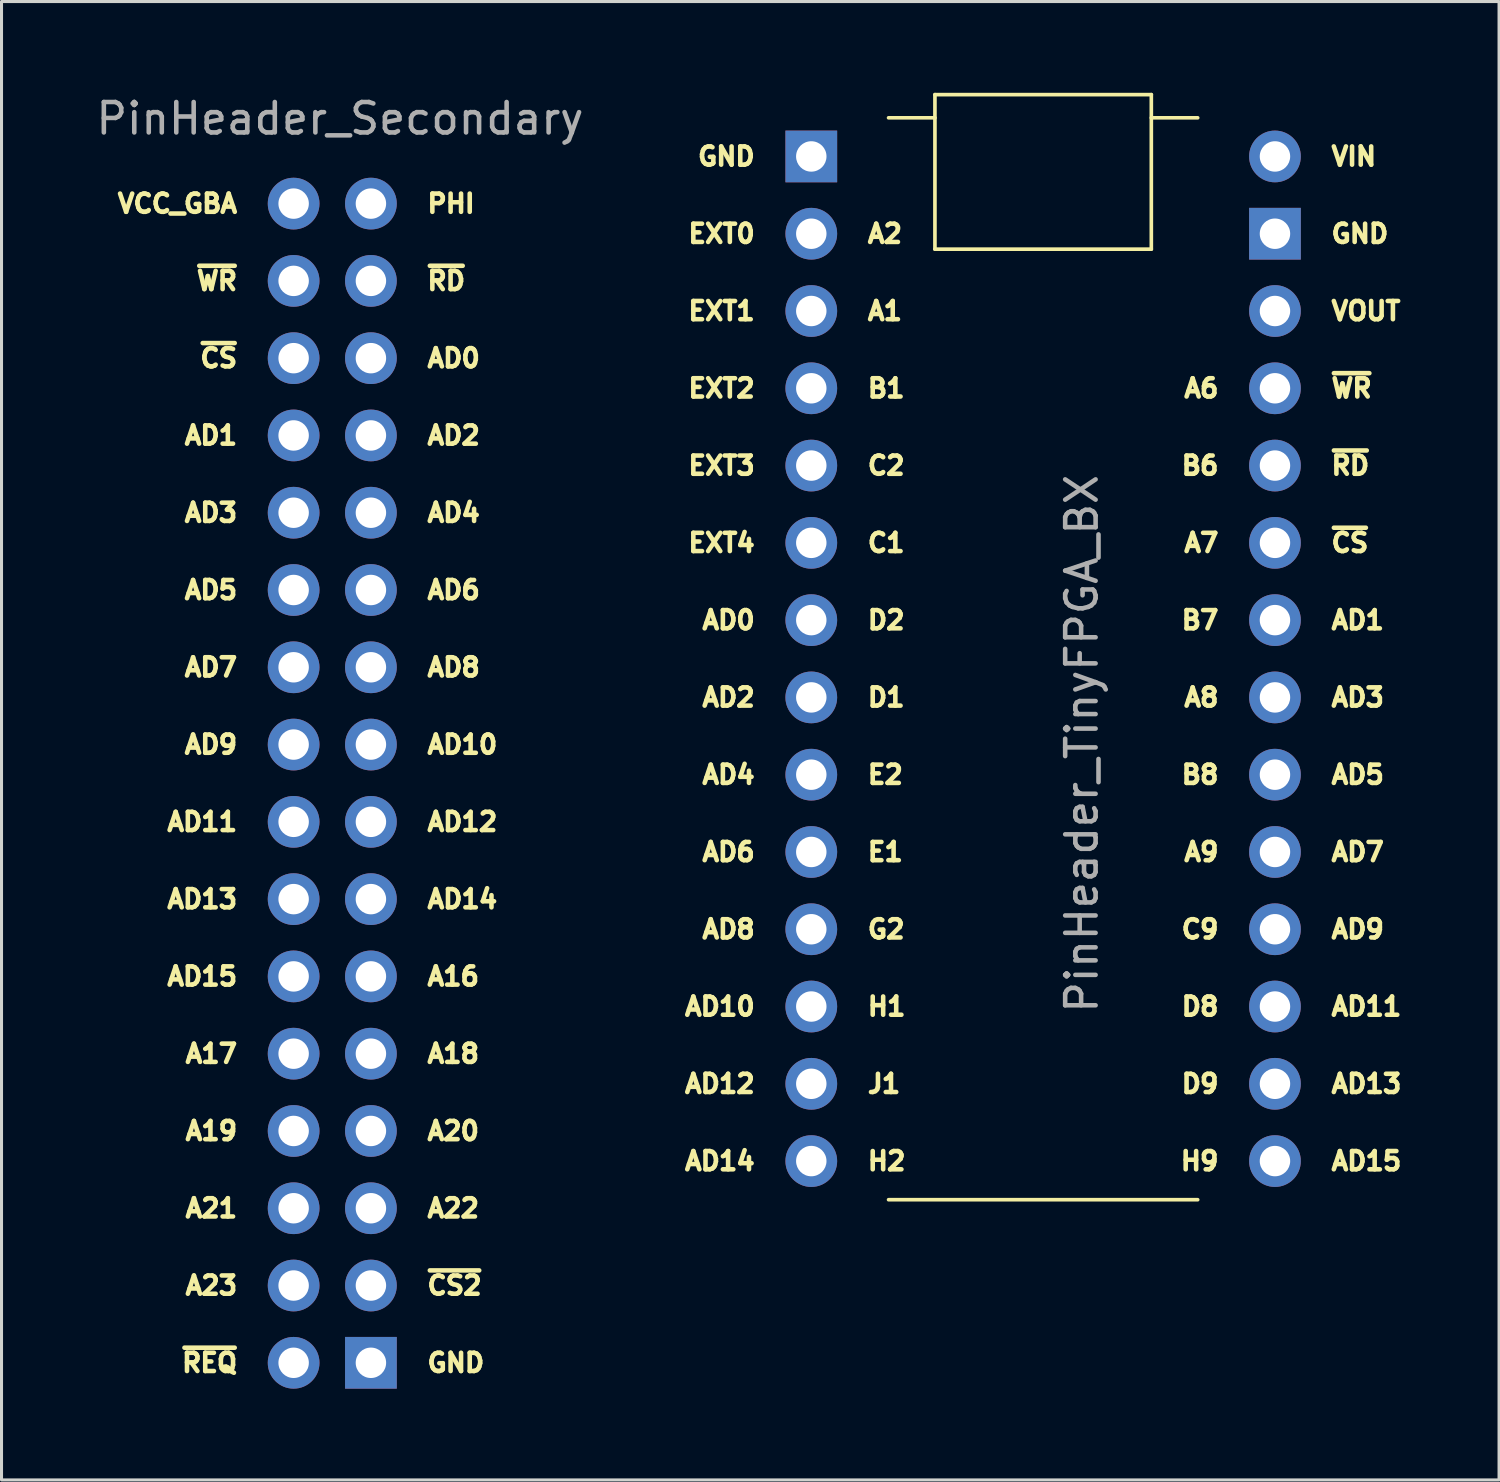
<source format=kicad_pcb>
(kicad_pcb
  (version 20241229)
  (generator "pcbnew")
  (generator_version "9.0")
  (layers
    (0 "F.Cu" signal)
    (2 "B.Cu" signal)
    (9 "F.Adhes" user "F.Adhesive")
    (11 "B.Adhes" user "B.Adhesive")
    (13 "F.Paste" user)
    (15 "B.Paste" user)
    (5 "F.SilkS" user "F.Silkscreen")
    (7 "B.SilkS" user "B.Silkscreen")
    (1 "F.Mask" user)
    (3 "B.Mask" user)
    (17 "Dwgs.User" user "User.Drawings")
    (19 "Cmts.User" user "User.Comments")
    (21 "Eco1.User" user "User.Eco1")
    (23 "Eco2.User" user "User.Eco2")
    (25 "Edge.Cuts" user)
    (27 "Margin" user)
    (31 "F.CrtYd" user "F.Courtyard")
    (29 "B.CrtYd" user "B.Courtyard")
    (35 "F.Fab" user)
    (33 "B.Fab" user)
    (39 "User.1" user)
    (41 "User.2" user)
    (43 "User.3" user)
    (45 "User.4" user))
  (footprint "PinHeader_Secondary"
    (layer "F.Cu")
    (at 6.601 3.642)
    (property "Reference" "PinHeader_Secondary" (at 1.524 -2.794 0) (layer "F.Fab") (effects (font (size 1 1) (thickness 0.15))))
    (attr through_hole)
    (fp_text user "~{WR}" (at -1.778 2.54 0) (layer "F.SilkS") (effects (font (size 0.6 0.6) (thickness 0.15)) (justify right)))
    (fp_text user "AD14" (at 4.318 22.86 0) (layer "F.SilkS") (effects (font (size 0.6 0.6) (thickness 0.15)) (justify left)))
    (fp_text user "AD3" (at -1.778 10.16 0) (layer "F.SilkS") (effects (font (size 0.6 0.6) (thickness 0.15)) (justify right)))
    (fp_text user "A23" (at -1.778 35.56 0) (layer "F.SilkS") (effects (font (size 0.6 0.6) (thickness 0.15)) (justify right)))
    (fp_text user "AD9" (at -1.778 17.78 0) (layer "F.SilkS") (effects (font (size 0.6 0.6) (thickness 0.15)) (justify right)))
    (fp_text user "~{REQ}" (at -1.778 38.1 0) (layer "F.SilkS") (effects (font (size 0.6 0.6) (thickness 0.15)) (justify right)))
    (fp_text user "AD10" (at 4.318 17.78 0) (layer "F.SilkS") (effects (font (size 0.6 0.6) (thickness 0.15)) (justify left)))
    (fp_text user "A16" (at 4.318 25.4 0) (layer "F.SilkS") (effects (font (size 0.6 0.6) (thickness 0.15)) (justify left)))
    (fp_text user "~{CS2}" (at 4.318 35.56 0) (layer "F.SilkS") (effects (font (size 0.6 0.6) (thickness 0.15)) (justify left)))
    (fp_text user "A21" (at -1.778 33.02 0) (layer "F.SilkS") (effects (font (size 0.6 0.6) (thickness 0.15)) (justify right)))
    (fp_text user "AD6" (at 4.318 12.7 0) (layer "F.SilkS") (effects (font (size 0.6 0.6) (thickness 0.15)) (justify left)))
    (fp_text user "AD0" (at 4.318 5.08 0) (layer "F.SilkS") (effects (font (size 0.6 0.6) (thickness 0.15)) (justify left)))
    (fp_text user "VCC_GBA" (at -1.778 0 0) (layer "F.SilkS") (effects (font (size 0.6 0.6) (thickness 0.15)) (justify right)))
    (fp_text user "~{RD}" (at 4.318 2.54 0) (layer "F.SilkS") (effects (font (size 0.6 0.6) (thickness 0.15)) (justify left)))
    (fp_text user "AD12" (at 4.318 20.32 0) (layer "F.SilkS") (effects (font (size 0.6 0.6) (thickness 0.15)) (justify left)))
    (fp_text user "AD1" (at -1.778 7.62 0) (layer "F.SilkS") (effects (font (size 0.6 0.6) (thickness 0.15)) (justify right)))
    (fp_text user "AD4" (at 4.318 10.16 0) (layer "F.SilkS") (effects (font (size 0.6 0.6) (thickness 0.15)) (justify left)))
    (fp_text user "~{CS}" (at -1.778 5.08 0) (layer "F.SilkS") (effects (font (size 0.6 0.6) (thickness 0.15)) (justify right)))
    (fp_text user "AD15" (at -1.778 25.4 0) (layer "F.SilkS") (effects (font (size 0.6 0.6) (thickness 0.15)) (justify right)))
    (fp_text user "AD13" (at -1.778 22.86 0) (layer "F.SilkS") (effects (font (size 0.6 0.6) (thickness 0.15)) (justify right)))
    (fp_text user "A19" (at -1.778 30.48 0) (layer "F.SilkS") (effects (font (size 0.6 0.6) (thickness 0.15)) (justify right)))
    (fp_text user "GND" (at 4.318 38.1 0) (layer "F.SilkS") (effects (font (size 0.6 0.6) (thickness 0.15)) (justify left)))
    (fp_text user "A20" (at 4.318 30.48 0) (layer "F.SilkS") (effects (font (size 0.6 0.6) (thickness 0.15)) (justify left)))
    (fp_text user "AD11" (at -1.778 20.32 0) (layer "F.SilkS") (effects (font (size 0.6 0.6) (thickness 0.15)) (justify right)))
    (fp_text user "AD5" (at -1.778 12.7 0) (layer "F.SilkS") (effects (font (size 0.6 0.6) (thickness 0.15)) (justify right)))
    (fp_text user "AD7" (at -1.778 15.24 0) (layer "F.SilkS") (effects (font (size 0.6 0.6) (thickness 0.15)) (justify right)))
    (fp_text user "AD8" (at 4.318 15.24 0) (layer "F.SilkS") (effects (font (size 0.6 0.6) (thickness 0.15)) (justify left)))
    (fp_text user "A18" (at 4.318 27.94 0) (layer "F.SilkS") (effects (font (size 0.6 0.6) (thickness 0.15)) (justify left)))
    (fp_text user "PHI" (at 4.318 0 0) (layer "F.SilkS") (effects (font (size 0.6 0.6) (thickness 0.15)) (justify left)))
    (fp_text user "A17" (at -1.778 27.94 0) (layer "F.SilkS") (effects (font (size 0.6 0.6) (thickness 0.15)) (justify right)))
    (fp_text user "AD2" (at 4.318 7.62 0) (layer "F.SilkS") (effects (font (size 0.6 0.6) (thickness 0.15)) (justify left)))
    (fp_text user "A22" (at 4.318 33.02 0) (layer "F.SilkS") (effects (font (size 0.6 0.6) (thickness 0.15)) (justify left)))
    (pad "1" thru_hole circle (at 0 0) (size 1.7 1.7) (drill 1) (layers "*.Cu" "*.Mask"))
    (pad "2" thru_hole oval (at 0 2.54) (size 1.7 1.7) (drill 1) (layers "*.Cu" "*.Mask"))
    (pad "3" thru_hole oval (at 0 5.08) (size 1.7 1.7) (drill 1) (layers "*.Cu" "*.Mask"))
    (pad "4" thru_hole oval (at 0 7.62) (size 1.7 1.7) (drill 1) (layers "*.Cu" "*.Mask"))
    (pad "5" thru_hole oval (at 0 10.16) (size 1.7 1.7) (drill 1) (layers "*.Cu" "*.Mask"))
    (pad "6" thru_hole circle (at 0 12.7) (size 1.7 1.7) (drill 1) (layers "*.Cu" "*.Mask"))
    (pad "7" thru_hole circle (at 0 15.24) (size 1.7 1.7) (drill 1) (layers "*.Cu" "*.Mask"))
    (pad "8" thru_hole oval (at 0 17.78) (size 1.7 1.7) (drill 1) (layers "*.Cu" "*.Mask"))
    (pad "9" thru_hole oval (at 0 20.32) (size 1.7 1.7) (drill 1) (layers "*.Cu" "*.Mask"))
    (pad "10" thru_hole oval (at 0 22.86) (size 1.7 1.7) (drill 1) (layers "*.Cu" "*.Mask"))
    (pad "11" thru_hole oval (at 0 25.4) (size 1.7 1.7) (drill 1) (layers "*.Cu" "*.Mask"))
    (pad "12" thru_hole circle (at 0 27.94) (size 1.7 1.7) (drill 1) (layers "*.Cu" "*.Mask"))
    (pad "13" thru_hole circle (at 0 30.48) (size 1.7 1.7) (drill 1) (layers "*.Cu" "*.Mask"))
    (pad "14" thru_hole oval (at 0 33.02) (size 1.7 1.7) (drill 1) (layers "*.Cu" "*.Mask"))
    (pad "15" thru_hole oval (at 0 35.56) (size 1.7 1.7) (drill 1) (layers "*.Cu" "*.Mask"))
    (pad "16" thru_hole oval (at 0 38.1) (size 1.7 1.7) (drill 1) (layers "*.Cu" "*.Mask"))
    (pad "17" thru_hole circle (at 2.54 0) (size 1.7 1.7) (drill 1) (layers "*.Cu" "*.Mask"))
    (pad "18" thru_hole circle (at 2.54 2.54) (size 1.7 1.7) (drill 1) (layers "*.Cu" "*.Mask"))
    (pad "19" thru_hole oval (at 2.54 5.08) (size 1.7 1.7) (drill 1) (layers "*.Cu" "*.Mask"))
    (pad "20" thru_hole oval (at 2.54 7.62) (size 1.7 1.7) (drill 1) (layers "*.Cu" "*.Mask"))
    (pad "21" thru_hole oval (at 2.54 10.16) (size 1.7 1.7) (drill 1) (layers "*.Cu" "*.Mask"))
    (pad "22" thru_hole circle (at 2.54 12.7) (size 1.7 1.7) (drill 1) (layers "*.Cu" "*.Mask"))
    (pad "23" thru_hole oval (at 2.54 15.24) (size 1.7 1.7) (drill 1) (layers "*.Cu" "*.Mask"))
    (pad "24" thru_hole oval (at 2.54 17.78) (size 1.7 1.7) (drill 1) (layers "*.Cu" "*.Mask"))
    (pad "25" thru_hole oval (at 2.54 20.32) (size 1.7 1.7) (drill 1) (layers "*.Cu" "*.Mask"))
    (pad "26" thru_hole circle (at 2.54 22.86) (size 1.7 1.7) (drill 1) (layers "*.Cu" "*.Mask"))
    (pad "27" thru_hole oval (at 2.54 25.4) (size 1.7 1.7) (drill 1) (layers "*.Cu" "*.Mask"))
    (pad "28" thru_hole oval (at 2.54 27.94) (size 1.7 1.7) (drill 1) (layers "*.Cu" "*.Mask"))
    (pad "29" thru_hole oval (at 2.54 30.48) (size 1.7 1.7) (drill 1) (layers "*.Cu" "*.Mask"))
    (pad "30" thru_hole circle (at 2.54 33.02) (size 1.7 1.7) (drill 1) (layers "*.Cu" "*.Mask"))
    (pad "31" thru_hole oval (at 2.54 35.56) (size 1.7 1.7) (drill 1) (layers "*.Cu" "*.Mask"))
    (pad "32" thru_hole rect (at 2.54 38.1) (size 1.7 1.7) (drill 1) (layers "*.Cu" "*.Mask")))
  (footprint "PinHeader_TinyFPGA_BX"
    (layer "F.Cu")
    (at 23.615 2.092)
    (property "Reference" "PinHeader_TinyFPGA_BX" (at 8.89 19.304 90) (layer "F.Fab") (effects (font (size 1 1) (thickness 0.15))))
    (attr through_hole)
    (fp_line (start 2.54 -1.27) (end 4.064 -1.27) (stroke (width 0.12) (type solid)) (layer "F.SilkS"))
    (fp_line (start 2.54 34.29) (end 12.7 34.29) (stroke (width 0.12) (type solid)) (layer "F.SilkS"))
    (fp_line (start 4.064 -2.032) (end 4.064 3.048) (stroke (width 0.12) (type solid)) (layer "F.SilkS"))
    (fp_line (start 4.064 3.048) (end 11.176 3.048) (stroke (width 0.12) (type solid)) (layer "F.SilkS"))
    (fp_line (start 11.176 -2.032) (end 4.064 -2.032) (stroke (width 0.12) (type solid)) (layer "F.SilkS"))
    (fp_line (start 11.176 -2.032) (end 11.176 3.048) (stroke (width 0.12) (type solid)) (layer "F.SilkS"))
    (fp_line (start 12.7 -1.27) (end 11.176 -1.27) (stroke (width 0.12) (type solid)) (layer "F.SilkS"))
    (fp_text user "E1" (at 1.778 22.86 0) (layer "F.SilkS") (effects (font (size 0.6 0.6) (thickness 0.15)) (justify left)))
    (fp_text user "AD1" (at 17.018 15.24 0) (layer "F.SilkS") (effects (font (size 0.6 0.6) (thickness 0.15)) (justify left)))
    (fp_text user "AD4" (at -1.778 20.32 0) (layer "F.SilkS") (effects (font (size 0.6 0.6) (thickness 0.15)) (justify right)))
    (fp_text user "EXT0" (at -1.778 2.54 0) (layer "F.SilkS") (effects (font (size 0.6 0.6) (thickness 0.15)) (justify right)))
    (fp_text user "B8" (at 13.462 20.32 0) (layer "F.SilkS") (effects (font (size 0.6 0.6) (thickness 0.15)) (justify right)))
    (fp_text user "D2" (at 1.778 15.24 0) (layer "F.SilkS") (effects (font (size 0.6 0.6) (thickness 0.15)) (justify left)))
    (fp_text user "C2" (at 1.778 10.16 0) (layer "F.SilkS") (effects (font (size 0.6 0.6) (thickness 0.15)) (justify left)))
    (fp_text user "A9" (at 13.462 22.86 0) (layer "F.SilkS") (effects (font (size 0.6 0.6) (thickness 0.15)) (justify right)))
    (fp_text user "AD12" (at -1.778 30.48 0) (layer "F.SilkS") (effects (font (size 0.6 0.6) (thickness 0.15)) (justify right)))
    (fp_text user "A1" (at 1.778 5.08 0) (layer "F.SilkS") (effects (font (size 0.6 0.6) (thickness 0.15)) (justify left)))
    (fp_text user "AD0" (at -1.778 15.24 0) (layer "F.SilkS") (effects (font (size 0.6 0.6) (thickness 0.15)) (justify right)))
    (fp_text user "A7" (at 13.462 12.7 0) (layer "F.SilkS") (effects (font (size 0.6 0.6) (thickness 0.15)) (justify right)))
    (fp_text user "B1" (at 1.778 7.62 0) (layer "F.SilkS") (effects (font (size 0.6 0.6) (thickness 0.15)) (justify left)))
    (fp_text user "A2" (at 1.778 2.54 0) (layer "F.SilkS") (effects (font (size 0.6 0.6) (thickness 0.15)) (justify left)))
    (fp_text user "VOUT" (at 17.018 5.08 0) (layer "F.SilkS") (effects (font (size 0.6 0.6) (thickness 0.15)) (justify left)))
    (fp_text user "G2" (at 1.778 25.4 0) (layer "F.SilkS") (effects (font (size 0.6 0.6) (thickness 0.15)) (justify left)))
    (fp_text user "AD5" (at 17.018 20.32 0) (layer "F.SilkS") (effects (font (size 0.6 0.6) (thickness 0.15)) (justify left)))
    (fp_text user "~{WR}" (at 17.018 7.62 0) (layer "F.SilkS") (effects (font (size 0.6 0.6) (thickness 0.15)) (justify left)))
    (fp_text user "AD15" (at 17.018 33.02 0) (layer "F.SilkS") (effects (font (size 0.6 0.6) (thickness 0.15)) (justify left)))
    (fp_text user "EXT1" (at -1.778 5.08 0) (layer "F.SilkS") (effects (font (size 0.6 0.6) (thickness 0.15)) (justify right)))
    (fp_text user "H2" (at 1.778 33.02 0) (layer "F.SilkS") (effects (font (size 0.6 0.6) (thickness 0.15)) (justify left)))
    (fp_text user "~{RD}" (at 17.018 10.16 0) (layer "F.SilkS") (effects (font (size 0.6 0.6) (thickness 0.15)) (justify left)))
    (fp_text user "EXT3" (at -1.778 10.16 0) (layer "F.SilkS") (effects (font (size 0.6 0.6) (thickness 0.15)) (justify right)))
    (fp_text user "AD11" (at 17.018 27.94 0) (layer "F.SilkS") (effects (font (size 0.6 0.6) (thickness 0.15)) (justify left)))
    (fp_text user "A8" (at 13.462 17.78 0) (layer "F.SilkS") (effects (font (size 0.6 0.6) (thickness 0.15)) (justify right)))
    (fp_text user "C1" (at 1.778 12.7 0) (layer "F.SilkS") (effects (font (size 0.6 0.6) (thickness 0.15)) (justify left)))
    (fp_text user "AD3" (at 17.018 17.78 0) (layer "F.SilkS") (effects (font (size 0.6 0.6) (thickness 0.15)) (justify left)))
    (fp_text user "AD13" (at 17.018 30.48 0) (layer "F.SilkS") (effects (font (size 0.6 0.6) (thickness 0.15)) (justify left)))
    (fp_text user "C9" (at 13.462 25.4 0) (layer "F.SilkS") (effects (font (size 0.6 0.6) (thickness 0.15)) (justify right)))
    (fp_text user "AD2" (at -1.778 17.78 0) (layer "F.SilkS") (effects (font (size 0.6 0.6) (thickness 0.15)) (justify right)))
    (fp_text user "VIN" (at 17.018 0 0) (layer "F.SilkS") (effects (font (size 0.6 0.6) (thickness 0.15)) (justify left)))
    (fp_text user "E2" (at 1.778 20.32 0) (layer "F.SilkS") (effects (font (size 0.6 0.6) (thickness 0.15)) (justify left)))
    (fp_text user "~{CS}" (at 17.018 12.7 0) (layer "F.SilkS") (effects (font (size 0.6 0.6) (thickness 0.15)) (justify left)))
    (fp_text user "AD9" (at 17.018 25.4 0) (layer "F.SilkS") (effects (font (size 0.6 0.6) (thickness 0.15)) (justify left)))
    (fp_text user "D9" (at 13.462 30.48 0) (layer "F.SilkS") (effects (font (size 0.6 0.6) (thickness 0.15)) (justify right)))
    (fp_text user "EXT4" (at -1.778 12.7 0) (layer "F.SilkS") (effects (font (size 0.6 0.6) (thickness 0.15)) (justify right)))
    (fp_text user "D8" (at 13.462 27.94 0) (layer "F.SilkS") (effects (font (size 0.6 0.6) (thickness 0.15)) (justify right)))
    (fp_text user "GND" (at 17.018 2.54 0) (layer "F.SilkS") (effects (font (size 0.6 0.6) (thickness 0.15)) (justify left)))
    (fp_text user "J1" (at 1.778 30.48 0) (layer "F.SilkS") (effects (font (size 0.6 0.6) (thickness 0.15)) (justify left)))
    (fp_text user "GND" (at -1.778 0 0) (layer "F.SilkS") (effects (font (size 0.6 0.6) (thickness 0.15)) (justify right)))
    (fp_text user "B7" (at 13.462 15.24 0) (layer "F.SilkS") (effects (font (size 0.6 0.6) (thickness 0.15)) (justify right)))
    (fp_text user "D1" (at 1.778 17.78 0) (layer "F.SilkS") (effects (font (size 0.6 0.6) (thickness 0.15)) (justify left)))
    (fp_text user "AD14" (at -1.778 33.02 0) (layer "F.SilkS") (effects (font (size 0.6 0.6) (thickness 0.15)) (justify right)))
    (fp_text user "H1" (at 1.778 27.94 0) (layer "F.SilkS") (effects (font (size 0.6 0.6) (thickness 0.15)) (justify left)))
    (fp_text user "B6" (at 13.462 10.16 0) (layer "F.SilkS") (effects (font (size 0.6 0.6) (thickness 0.15)) (justify right)))
    (fp_text user "H9" (at 13.462 33.02 0) (layer "F.SilkS") (effects (font (size 0.6 0.6) (thickness 0.15)) (justify right)))
    (fp_text user "AD6" (at -1.778 22.86 0) (layer "F.SilkS") (effects (font (size 0.6 0.6) (thickness 0.15)) (justify right)))
    (fp_text user "EXT2" (at -1.778 7.62 0) (layer "F.SilkS") (effects (font (size 0.6 0.6) (thickness 0.15)) (justify right)))
    (fp_text user "AD7" (at 17.018 22.86 0) (layer "F.SilkS") (effects (font (size 0.6 0.6) (thickness 0.15)) (justify left)))
    (fp_text user "AD8" (at -1.778 25.4 0) (layer "F.SilkS") (effects (font (size 0.6 0.6) (thickness 0.15)) (justify right)))
    (fp_text user "A6" (at 13.462 7.62 0) (layer "F.SilkS") (effects (font (size 0.6 0.6) (thickness 0.15)) (justify right)))
    (fp_text user "AD10" (at -1.778 27.94 0) (layer "F.SilkS") (effects (font (size 0.6 0.6) (thickness 0.15)) (justify right)))
    (pad "1" thru_hole rect (at 0 0) (size 1.7 1.7) (drill 1) (layers "*.Cu" "*.Mask"))
    (pad "2" thru_hole oval (at 0 2.54) (size 1.7 1.7) (drill 1) (layers "*.Cu" "*.Mask"))
    (pad "3" thru_hole oval (at 0 5.08) (size 1.7 1.7) (drill 1) (layers "*.Cu" "*.Mask"))
    (pad "4" thru_hole oval (at 0 7.62) (size 1.7 1.7) (drill 1) (layers "*.Cu" "*.Mask"))
    (pad "5" thru_hole oval (at 0 10.16) (size 1.7 1.7) (drill 1) (layers "*.Cu" "*.Mask"))
    (pad "6" thru_hole circle (at 0 12.7) (size 1.7 1.7) (drill 1) (layers "*.Cu" "*.Mask"))
    (pad "7" thru_hole circle (at 0 15.24) (size 1.7 1.7) (drill 1) (layers "*.Cu" "*.Mask"))
    (pad "8" thru_hole oval (at 0 17.78) (size 1.7 1.7) (drill 1) (layers "*.Cu" "*.Mask"))
    (pad "9" thru_hole oval (at 0 20.32) (size 1.7 1.7) (drill 1) (layers "*.Cu" "*.Mask"))
    (pad "10" thru_hole oval (at 0 22.86) (size 1.7 1.7) (drill 1) (layers "*.Cu" "*.Mask"))
    (pad "11" thru_hole oval (at 0 25.4) (size 1.7 1.7) (drill 1) (layers "*.Cu" "*.Mask"))
    (pad "12" thru_hole circle (at 0 27.94) (size 1.7 1.7) (drill 1) (layers "*.Cu" "*.Mask"))
    (pad "13" thru_hole circle (at 0 30.48) (size 1.7 1.7) (drill 1) (layers "*.Cu" "*.Mask"))
    (pad "14" thru_hole oval (at 0 33.02) (size 1.7 1.7) (drill 1) (layers "*.Cu" "*.Mask"))
    (pad "15" thru_hole circle (at 15.24 0) (size 1.7 1.7) (drill 1) (layers "*.Cu" "*.Mask"))
    (pad "16" thru_hole rect (at 15.24 2.54) (size 1.7 1.7) (drill 1) (layers "*.Cu" "*.Mask"))
    (pad "17" thru_hole oval (at 15.24 5.08) (size 1.7 1.7) (drill 1) (layers "*.Cu" "*.Mask"))
    (pad "18" thru_hole oval (at 15.24 7.62) (size 1.7 1.7) (drill 1) (layers "*.Cu" "*.Mask"))
    (pad "19" thru_hole oval (at 15.24 10.16) (size 1.7 1.7) (drill 1) (layers "*.Cu" "*.Mask"))
    (pad "20" thru_hole circle (at 15.24 12.7) (size 1.7 1.7) (drill 1) (layers "*.Cu" "*.Mask"))
    (pad "21" thru_hole oval (at 15.24 15.24) (size 1.7 1.7) (drill 1) (layers "*.Cu" "*.Mask"))
    (pad "22" thru_hole oval (at 15.24 17.78) (size 1.7 1.7) (drill 1) (layers "*.Cu" "*.Mask"))
    (pad "23" thru_hole oval (at 15.24 20.32) (size 1.7 1.7) (drill 1) (layers "*.Cu" "*.Mask"))
    (pad "24" thru_hole circle (at 15.24 22.86) (size 1.7 1.7) (drill 1) (layers "*.Cu" "*.Mask"))
    (pad "25" thru_hole oval (at 15.24 25.4) (size 1.7 1.7) (drill 1) (layers "*.Cu" "*.Mask"))
    (pad "26" thru_hole oval (at 15.24 27.94) (size 1.7 1.7) (drill 1) (layers "*.Cu" "*.Mask"))
    (pad "27" thru_hole oval (at 15.24 30.48) (size 1.7 1.7) (drill 1) (layers "*.Cu" "*.Mask"))
    (pad "28" thru_hole circle (at 15.24 33.02) (size 1.7 1.7) (drill 1) (layers "*.Cu" "*.Mask")))
  (gr_rect
    (start -3 -3)
    (end 46.22 45.592)
    (stroke (width 0.1) (type default))
    (fill no)
    (layer "Edge.Cuts")))
</source>
